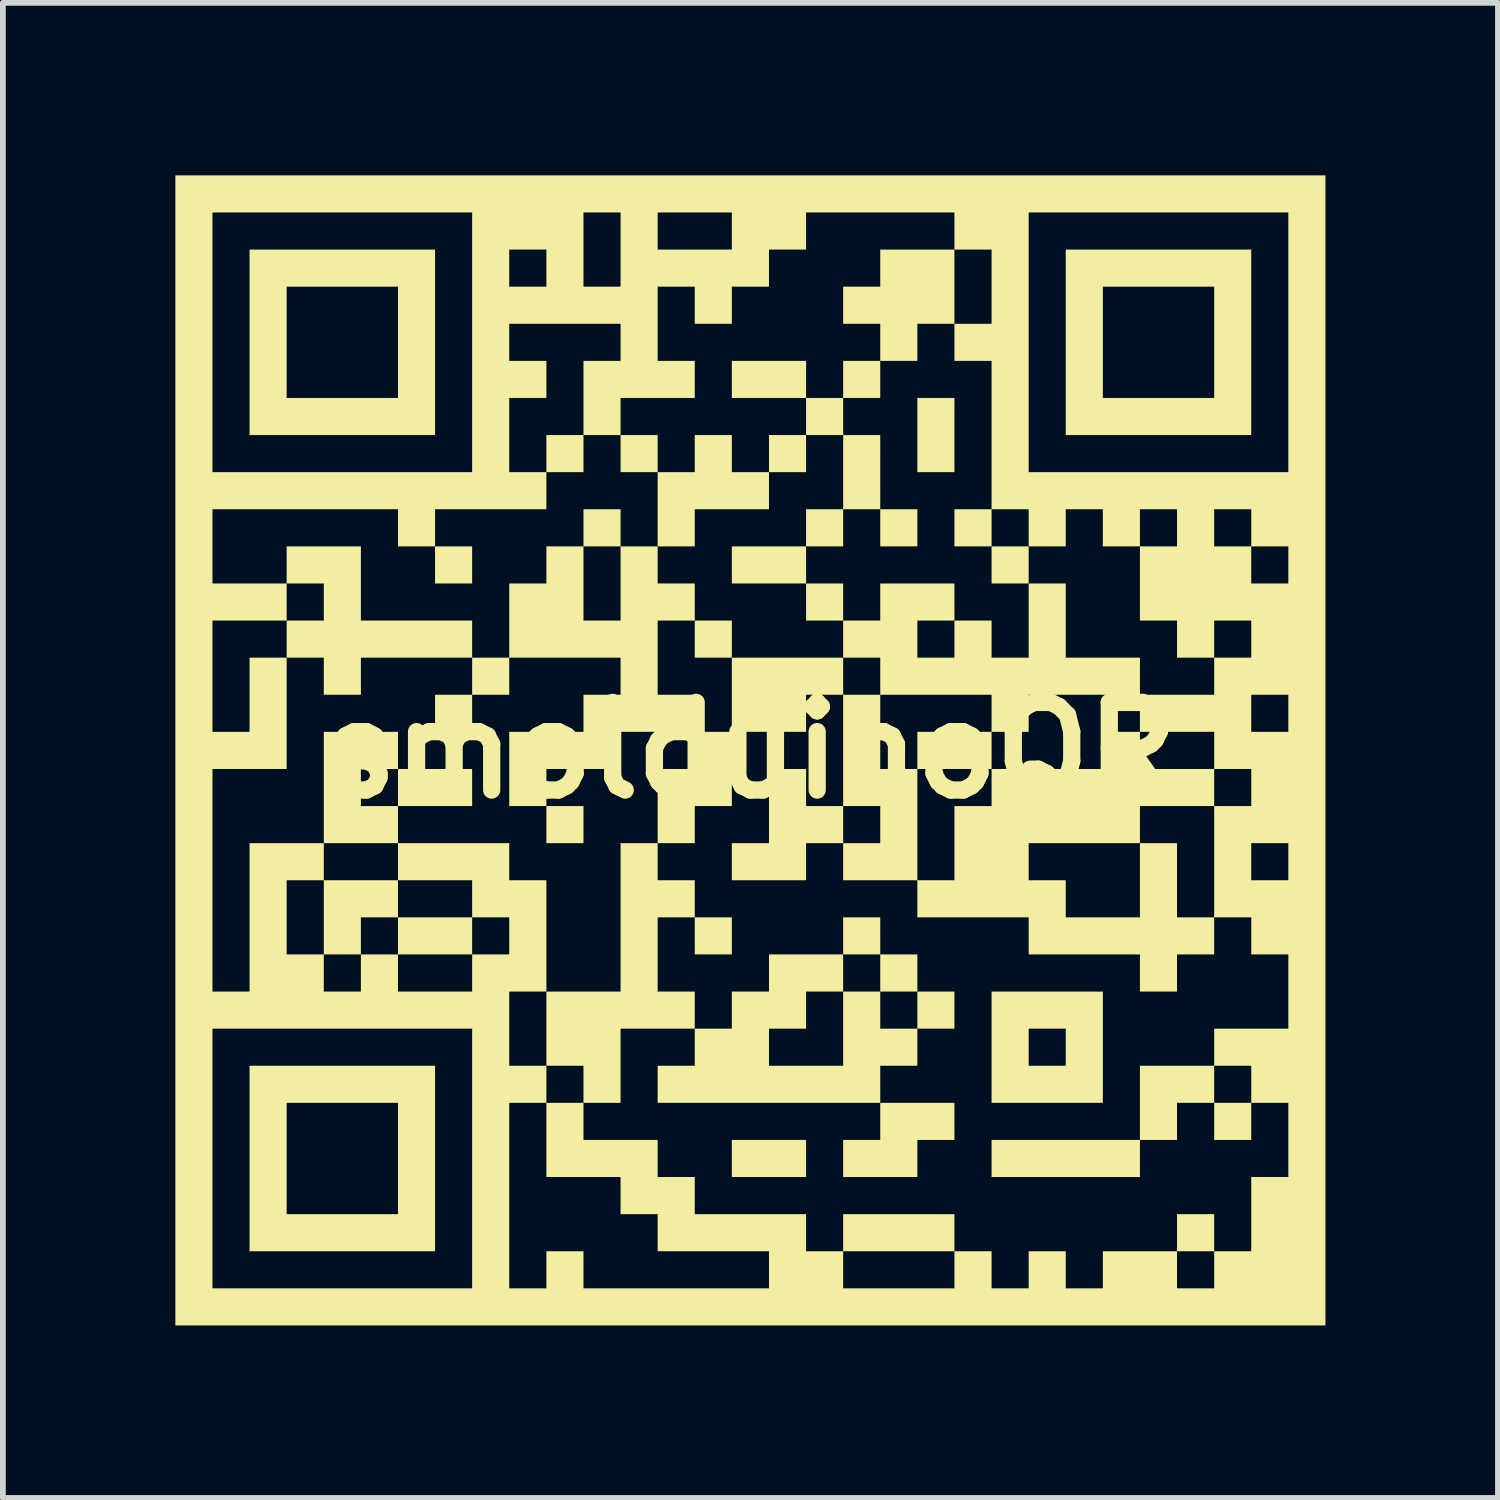
<source format=kicad_pcb>
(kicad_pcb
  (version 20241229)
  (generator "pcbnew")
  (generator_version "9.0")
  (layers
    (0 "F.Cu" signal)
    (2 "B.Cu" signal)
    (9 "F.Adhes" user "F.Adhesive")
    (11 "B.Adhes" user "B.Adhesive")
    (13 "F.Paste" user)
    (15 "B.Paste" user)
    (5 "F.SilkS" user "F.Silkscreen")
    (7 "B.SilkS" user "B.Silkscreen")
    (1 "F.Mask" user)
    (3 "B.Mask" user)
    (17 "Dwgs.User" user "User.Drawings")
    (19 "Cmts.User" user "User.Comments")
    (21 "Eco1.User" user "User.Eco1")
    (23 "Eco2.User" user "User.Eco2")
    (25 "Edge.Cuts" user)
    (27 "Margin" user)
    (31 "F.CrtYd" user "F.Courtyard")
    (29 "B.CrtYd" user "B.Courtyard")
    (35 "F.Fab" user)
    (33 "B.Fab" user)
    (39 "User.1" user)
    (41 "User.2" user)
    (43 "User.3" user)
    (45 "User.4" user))
  (footprint "smolduinoQR"
    (layer "F.Cu")
    (at 10 10)
    (property "Reference" "smolduinoQR" (at 0 0 0) (layer "F.SilkS") (effects (font (size 1.524 1.524) (thickness 0.3))))
    (attr board_only exclude_from_pos_files exclude_from_bom)
    (fp_poly (pts (xy -4.839 -2.903) (xy -5.484 -2.903) (xy -5.484 -3.548) (xy -4.839 -3.548)) (stroke (width 0) (type solid)) (fill yes) (layer "F.SilkS"))
    (fp_poly (pts (xy -4.839 -0.323) (xy -5.484 -0.323) (xy -5.484 -0.968) (xy -4.839 -0.968)) (stroke (width 0) (type solid)) (fill yes) (layer "F.SilkS"))
    (fp_poly (pts (xy -4.839 3.548) (xy -6.129 3.548) (xy -6.129 2.903) (xy -4.839 2.903)) (stroke (width 0) (type solid)) (fill yes) (layer "F.SilkS"))
    (fp_poly (pts (xy -4.194 -0.968) (xy -4.839 -0.968) (xy -4.839 -1.613) (xy -4.194 -1.613)) (stroke (width 0) (type solid)) (fill yes) (layer "F.SilkS"))
    (fp_poly (pts (xy -2.903 -4.839) (xy -3.548 -4.839) (xy -3.548 -5.484) (xy -2.903 -5.484)) (stroke (width 0) (type solid)) (fill yes) (layer "F.SilkS"))
    (fp_poly (pts (xy -2.903 1.613) (xy -3.548 1.613) (xy -3.548 0.968) (xy -2.903 0.968)) (stroke (width 0) (type solid)) (fill yes) (layer "F.SilkS"))
    (fp_poly (pts (xy -1.613 -4.839) (xy -2.258 -4.839) (xy -2.258 -5.484) (xy -1.613 -5.484)) (stroke (width 0) (type solid)) (fill yes) (layer "F.SilkS"))
    (fp_poly (pts (xy -0.323 -1.613) (xy -0.968 -1.613) (xy -0.968 -2.258) (xy -0.323 -2.258)) (stroke (width 0) (type solid)) (fill yes) (layer "F.SilkS"))
    (fp_poly (pts (xy -0.323 3.548) (xy -0.968 3.548) (xy -0.968 2.903) (xy -0.323 2.903)) (stroke (width 0) (type solid)) (fill yes) (layer "F.SilkS"))
    (fp_poly (pts (xy 0.968 -6.129) (xy -0.323 -6.129) (xy -0.323 -6.774) (xy 0.968 -6.774)) (stroke (width 0) (type solid)) (fill yes) (layer "F.SilkS"))
    (fp_poly (pts (xy 0.968 7.419) (xy -0.323 7.419) (xy -0.323 6.774) (xy 0.968 6.774)) (stroke (width 0) (type solid)) (fill yes) (layer "F.SilkS"))
    (fp_poly (pts (xy 2.258 -6.129) (xy 1.613 -6.129) (xy 1.613 -6.774) (xy 2.258 -6.774)) (stroke (width 0) (type solid)) (fill yes) (layer "F.SilkS"))
    (fp_poly (pts (xy 2.903 -3.548) (xy 2.258 -3.548) (xy 2.258 -4.194) (xy 2.903 -4.194)) (stroke (width 0) (type solid)) (fill yes) (layer "F.SilkS"))
    (fp_poly (pts (xy 3.548 -4.839) (xy 2.903 -4.839) (xy 2.903 -6.129) (xy 3.548 -6.129)) (stroke (width 0) (type solid)) (fill yes) (layer "F.SilkS"))
    (fp_poly (pts (xy 3.548 4.839) (xy 2.903 4.839) (xy 2.903 4.194) (xy 3.548 4.194)) (stroke (width 0) (type solid)) (fill yes) (layer "F.SilkS"))
    (fp_poly (pts (xy 3.548 8.71) (xy 1.613 8.71) (xy 1.613 8.065) (xy 3.548 8.065)) (stroke (width 0) (type solid)) (fill yes) (layer "F.SilkS"))
    (fp_poly (pts (xy 4.194 -3.548) (xy 3.548 -3.548) (xy 3.548 -4.194) (xy 4.194 -4.194)) (stroke (width 0) (type solid)) (fill yes) (layer "F.SilkS"))
    (fp_poly (pts (xy 4.839 -2.903) (xy 4.194 -2.903) (xy 4.194 -3.548) (xy 4.839 -3.548)) (stroke (width 0) (type solid)) (fill yes) (layer "F.SilkS"))
    (fp_poly (pts (xy 6.774 7.419) (xy 4.194 7.419) (xy 4.194 6.774) (xy 6.774 6.774)) (stroke (width 0) (type solid)) (fill yes) (layer "F.SilkS"))
    (fp_poly (pts (xy 8.065 8.71) (xy 7.419 8.71) (xy 7.419 8.065) (xy 8.065 8.065)) (stroke (width 0) (type solid)) (fill yes) (layer "F.SilkS"))
    (fp_poly (pts (xy 8.71 6.774) (xy 8.065 6.774) (xy 8.065 6.129) (xy 8.71 6.129)) (stroke (width 0) (type solid)) (fill yes) (layer "F.SilkS"))
    (fp_poly (pts (xy -6.129 2.903) (xy -6.774 2.903) (xy -6.774 3.548) (xy -7.419 3.548) (xy -7.419 2.258) (xy -6.129 2.258)) (stroke (width 0) (type solid)) (fill yes) (layer "F.SilkS"))
    (fp_poly (pts (xy 8.065 6.129) (xy 7.419 6.129) (xy 7.419 6.774) (xy 6.774 6.774) (xy 6.774 5.484) (xy 8.065 5.484)) (stroke (width 0) (type solid)) (fill yes) (layer "F.SilkS"))
    (fp_poly (pts (xy 3.548 6.774) (xy 2.903 6.774) (xy 2.903 7.419) (xy 1.613 7.419) (xy 1.613 6.774) (xy 2.258 6.774) (xy 2.258 6.129) (xy 3.548 6.129)) (stroke (width 0) (type solid)) (fill yes) (layer "F.SilkS"))
    (fp_poly (pts (xy 3.548 -7.419) (xy 2.903 -7.419) (xy 2.903 -6.774) (xy 2.258 -6.774) (xy 2.258 -7.419) (xy 1.613 -7.419) (xy 1.613 -8.065) (xy 2.258 -8.065) (xy 2.258 -8.71) (xy 3.548 -8.71)) (stroke (width 0) (type solid)) (fill yes) (layer "F.SilkS"))
    (fp_poly (pts (xy -5.484 -5.484) (xy -8.71 -5.484) (xy -8.71 -6.129) (xy -8.065 -6.129) (xy -6.129 -6.129) (xy -6.129 -8.065) (xy -8.065 -8.065) (xy -8.065 -6.129) (xy -8.71 -6.129) (xy -8.71 -8.71) (xy -5.484 -8.71)) (stroke (width 0) (type solid)) (fill yes) (layer "F.SilkS"))
    (fp_poly (pts (xy -5.484 8.71) (xy -8.71 8.71) (xy -8.71 8.065) (xy -8.065 8.065) (xy -6.129 8.065) (xy -6.129 6.129) (xy -8.065 6.129) (xy -8.065 8.065) (xy -8.71 8.065) (xy -8.71 5.484) (xy -5.484 5.484)) (stroke (width 0) (type solid)) (fill yes) (layer "F.SilkS"))
    (fp_poly (pts (xy 6.129 6.129) (xy 4.194 6.129) (xy 4.194 5.484) (xy 4.839 5.484) (xy 5.484 5.484) (xy 5.484 4.839) (xy 4.839 4.839) (xy 4.839 5.484) (xy 4.194 5.484) (xy 4.194 4.194) (xy 6.129 4.194)) (stroke (width 0) (type solid)) (fill yes) (layer "F.SilkS"))
    (fp_poly (pts (xy 8.71 -5.484) (xy 5.484 -5.484) (xy 5.484 -6.129) (xy 6.129 -6.129) (xy 8.065 -6.129) (xy 8.065 -8.065) (xy 6.129 -8.065) (xy 6.129 -6.129) (xy 5.484 -6.129) (xy 5.484 -8.71) (xy 8.71 -8.71)) (stroke (width 0) (type solid)) (fill yes) (layer "F.SilkS"))
    (fp_poly (pts (xy -6.774 -2.258) (xy -4.839 -2.258) (xy -4.839 -1.613) (xy -6.774 -1.613) (xy -6.774 -0.968) (xy -7.419 -0.968) (xy -7.419 -1.613) (xy -8.065 -1.613) (xy -8.065 -2.258) (xy -7.419 -2.258) (xy -7.419 -2.903) (xy -8.065 -2.903) (xy -8.065 -3.548) (xy -6.774 -3.548)) (stroke (width 0) (type solid)) (fill yes) (layer "F.SilkS"))
    (fp_poly (pts (xy -4.839 0.323) (xy -4.839 0.968) (xy -6.129 0.968) (xy -6.129 1.613) (xy -7.419 1.613) (xy -7.419 0.968) (xy -6.774 0.968) (xy -6.129 0.968) (xy -6.129 0.323) (xy -6.774 0.323) (xy -6.774 0.968) (xy -7.419 0.968) (xy -7.419 -0.323) (xy -6.129 -0.323) (xy -6.129 0.323)) (stroke (width 0) (type solid)) (fill yes) (layer "F.SilkS"))
    (fp_poly (pts (xy -1.613 2.258) (xy -0.968 2.258) (xy -0.968 2.903) (xy -1.613 2.903) (xy -1.613 4.194) (xy -0.968 4.194) (xy -0.968 4.839) (xy -2.258 4.839) (xy -2.258 6.129) (xy -2.903 6.129) (xy -2.903 5.484) (xy -3.548 5.484) (xy -3.548 4.194) (xy -2.258 4.194) (xy -2.258 1.613) (xy -1.613 1.613)) (stroke (width 0) (type solid)) (fill yes) (layer "F.SilkS"))
    (fp_poly (pts (xy 2.903 3.548) (xy 2.903 4.194) (xy 2.258 4.194) (xy 2.258 4.839) (xy 2.903 4.839) (xy 2.903 5.484) (xy 2.258 5.484) (xy 2.258 6.129) (xy -1.613 6.129) (xy -1.613 5.484) (xy -0.968 5.484) (xy 0.323 5.484) (xy 1.613 5.484) (xy 1.613 4.194) (xy 2.258 4.194) (xy 2.258 3.548) (xy 1.613 3.548) (xy 1.613 4.194) (xy 0.968 4.194) (xy 0.968 4.839) (xy 0.323 4.839) (xy 0.323 5.484) (xy -0.968 5.484) (xy -0.968 4.839) (xy -0.323 4.839) (xy -0.323 4.194) (xy 0.323 4.194) (xy 0.323 3.548) (xy 1.613 3.548) (xy 1.613 2.903) (xy 2.258 2.903) (xy 2.258 3.548)) (stroke (width 0) (type solid)) (fill yes) (layer "F.SilkS"))
    (fp_poly (pts (xy 4.194 -2.258) (xy 4.194 -1.613) (xy 4.839 -1.613) (xy 4.839 -2.903) (xy 5.484 -2.903) (xy 5.484 -1.613) (xy 6.774 -1.613) (xy 6.774 -0.968) (xy 4.839 -0.968) (xy 4.839 -0.323) (xy 4.194 -0.323) (xy 4.194 0.323) (xy 6.129 0.323) (xy 6.129 -0.323) (xy 6.774 -0.323) (xy 6.774 0.323) (xy 8.065 0.323) (xy 8.065 0.968) (xy 6.774 0.968) (xy 6.774 1.613) (xy 7.419 1.613) (xy 7.419 2.903) (xy 8.065 2.903) (xy 8.065 3.548) (xy 7.419 3.548) (xy 7.419 4.194) (xy 6.774 4.194) (xy 6.774 3.548) (xy 4.839 3.548) (xy 4.839 2.903) (xy 2.903 2.903) (xy 2.903 2.258) (xy 3.548 2.258) (xy 4.839 2.258) (xy 5.484 2.258) (xy 5.484 2.903) (xy 6.774 2.903) (xy 6.774 1.613) (xy 4.839 1.613) (xy 4.839 2.258) (xy 3.548 2.258) (xy 3.548 0.968) (xy 4.194 0.968) (xy 4.194 0.323) (xy 2.903 0.323) (xy 2.903 2.258) (xy 1.613 2.258) (xy 1.613 1.613) (xy 2.258 1.613) (xy 2.258 0.968) (xy 1.613 0.968) (xy 1.613 1.613) (xy 0.968 1.613) (xy 0.968 2.258) (xy -0.323 2.258) (xy -0.323 1.613) (xy 0.323 1.613) (xy 0.323 0.323) (xy 0.968 0.323) (xy 0.968 0.968) (xy 1.613 0.968) (xy 1.613 0.323) (xy 2.258 0.323) (xy 2.903 0.323) (xy 2.903 -0.323) (xy 4.194 -0.323) (xy 4.194 -0.968) (xy 2.258 -0.968) (xy 2.258 0.323) (xy 1.613 0.323) (xy 1.613 -0.968) (xy 2.258 -0.968) (xy 2.258 -1.613) (xy 2.903 -1.613) (xy 3.548 -1.613) (xy 3.548 -2.258) (xy 2.903 -2.258) (xy 2.903 -1.613) (xy 2.258 -1.613) (xy 1.613 -1.613) (xy 1.613 -0.968) (xy 0.968 -0.968) (xy 0.968 -0.323) (xy -0.323 -0.323) (xy -0.323 0.968) (xy -0.968 0.968) (xy -0.968 1.613) (xy -1.613 1.613) (xy -1.613 0.323) (xy -0.968 0.323) (xy -0.968 -0.323) (xy -2.258 -0.323) (xy -2.258 0.323) (xy -3.548 0.323) (xy -3.548 0.968) (xy -4.194 0.968) (xy -4.194 -0.323) (xy -2.903 -0.323) (xy -2.903 -0.968) (xy -2.258 -0.968) (xy -1.613 -0.968) (xy -0.968 -0.968) (xy -0.968 -0.323) (xy -0.323 -0.323) (xy -0.323 -1.613) (xy 1.613 -1.613) (xy 1.613 -2.258) (xy 0.968 -2.258) (xy 0.968 -2.903) (xy -0.323 -2.903) (xy -0.323 -3.548) (xy 0.968 -3.548) (xy 0.968 -4.194) (xy 1.613 -4.194) (xy 1.613 -5.484) (xy 0.968 -5.484) (xy 0.968 -4.839) (xy 0.323 -4.839) (xy 0.323 -4.194) (xy -0.968 -4.194) (xy -0.968 -3.548) (xy -1.613 -3.548) (xy -1.613 -2.903) (xy -0.968 -2.903) (xy -0.968 -2.258) (xy -1.613 -2.258) (xy -1.613 -0.968) (xy -2.258 -0.968) (xy -2.258 -1.613) (xy -4.194 -1.613) (xy -4.194 -2.258) (xy -2.903 -2.258) (xy -2.258 -2.258) (xy -2.258 -3.548) (xy -2.903 -3.548) (xy -2.903 -2.258) (xy -4.194 -2.258) (xy -4.194 -2.903) (xy -3.548 -2.903) (xy -3.548 -3.548) (xy -2.903 -3.548) (xy -2.903 -4.194) (xy -2.258 -4.194) (xy -2.258 -3.548) (xy -1.613 -3.548) (xy -1.613 -4.839) (xy -0.968 -4.839) (xy -0.968 -5.484) (xy -0.323 -5.484) (xy -0.323 -4.839) (xy 0.323 -4.839) (xy 0.323 -5.484) (xy 0.968 -5.484) (xy 0.968 -6.129) (xy 1.613 -6.129) (xy 1.613 -5.484) (xy 2.258 -5.484) (xy 2.258 -4.194) (xy 1.613 -4.194) (xy 1.613 -3.548) (xy 0.968 -3.548) (xy 0.968 -2.903) (xy 1.613 -2.903) (xy 1.613 -2.258) (xy 2.258 -2.258) (xy 2.258 -2.903) (xy 3.548 -2.903) (xy 3.548 -2.258)) (stroke (width 0) (type solid)) (fill yes) (layer "F.SilkS"))
    (fp_poly (pts (xy 10 10) (xy -10 10) (xy -10 9.355) (xy -9.355 9.355) (xy -4.839 9.355) (xy -4.194 9.355) (xy -3.548 9.355) (xy -3.548 8.71) (xy -2.903 8.71) (xy -2.903 9.355) (xy 0.323 9.355) (xy 0.323 8.71) (xy -1.613 8.71) (xy -1.613 8.065) (xy -2.258 8.065) (xy -2.258 7.419) (xy -3.548 7.419) (xy -3.548 6.129) (xy -4.194 6.129) (xy -4.194 9.355) (xy -4.839 9.355) (xy -4.839 4.839) (xy -9.355 4.839) (xy -9.355 9.355) (xy -10 9.355) (xy -10 4.194) (xy -9.355 4.194) (xy -8.71 4.194) (xy -8.71 1.613) (xy -7.419 1.613) (xy -7.419 2.258) (xy -8.065 2.258) (xy -8.065 3.548) (xy -7.419 3.548) (xy -7.419 4.194) (xy -6.774 4.194) (xy -6.774 3.548) (xy -6.129 3.548) (xy -6.129 4.194) (xy -4.839 4.194) (xy -4.839 3.548) (xy -4.194 3.548) (xy -4.194 2.903) (xy -4.839 2.903) (xy -4.839 2.258) (xy -6.129 2.258) (xy -6.129 1.613) (xy -4.194 1.613) (xy -4.194 2.258) (xy -3.548 2.258) (xy -3.548 4.194) (xy -4.194 4.194) (xy -4.194 5.484) (xy -3.548 5.484) (xy -3.548 6.129) (xy -2.903 6.129) (xy -2.903 6.774) (xy -1.613 6.774) (xy -1.613 7.419) (xy -0.968 7.419) (xy -0.968 8.065) (xy 0.968 8.065) (xy 0.968 8.71) (xy 1.613 8.71) (xy 1.613 9.355) (xy 3.548 9.355) (xy 3.548 8.71) (xy 4.194 8.71) (xy 4.194 9.355) (xy 4.839 9.355) (xy 4.839 8.71) (xy 5.484 8.71) (xy 5.484 9.355) (xy 6.129 9.355) (xy 6.129 8.71) (xy 7.419 8.71) (xy 7.419 9.355) (xy 8.065 9.355) (xy 8.065 8.71) (xy 8.71 8.71) (xy 8.71 7.419) (xy 9.355 7.419) (xy 9.355 6.129) (xy 8.71 6.129) (xy 8.71 5.484) (xy 8.065 5.484) (xy 8.065 4.839) (xy 9.355 4.839) (xy 9.355 3.548) (xy 8.71 3.548) (xy 8.71 2.903) (xy 8.065 2.903) (xy 8.065 2.258) (xy 8.71 2.258) (xy 9.355 2.258) (xy 9.355 1.613) (xy 8.71 1.613) (xy 8.71 2.258) (xy 8.065 2.258) (xy 8.065 0.968) (xy 8.71 0.968) (xy 8.71 0.323) (xy 8.065 0.323) (xy 8.065 -0.323) (xy 8.71 -0.323) (xy 9.355 -0.323) (xy 9.355 -0.968) (xy 8.71 -0.968) (xy 8.71 -0.323) (xy 8.065 -0.323) (xy 6.774 -0.323) (xy 6.774 -0.968) (xy 8.065 -0.968) (xy 8.065 -1.613) (xy 8.71 -1.613) (xy 8.71 -2.258) (xy 8.065 -2.258) (xy 8.065 -1.613) (xy 7.419 -1.613) (xy 7.419 -2.258) (xy 6.774 -2.258) (xy 6.774 -2.903) (xy 8.71 -2.903) (xy 9.355 -2.903) (xy 9.355 -3.548) (xy 8.71 -3.548) (xy 8.71 -2.903) (xy 6.774 -2.903) (xy 6.774 -3.548) (xy 7.419 -3.548) (xy 8.065 -3.548) (xy 8.71 -3.548) (xy 8.71 -4.194) (xy 8.065 -4.194) (xy 8.065 -3.548) (xy 7.419 -3.548) (xy 7.419 -4.194) (xy 6.774 -4.194) (xy 6.774 -3.548) (xy 6.129 -3.548) (xy 6.129 -4.194) (xy 5.484 -4.194) (xy 5.484 -3.548) (xy 4.839 -3.548) (xy 4.839 -4.194) (xy 4.194 -4.194) (xy 4.194 -4.839) (xy 4.839 -4.839) (xy 9.355 -4.839) (xy 9.355 -9.355) (xy 4.839 -9.355) (xy 4.839 -4.839) (xy 4.194 -4.839) (xy 4.194 -6.774) (xy 3.548 -6.774) (xy 3.548 -7.419) (xy 4.194 -7.419) (xy 4.194 -8.71) (xy 3.548 -8.71) (xy 3.548 -9.355) (xy 0.968 -9.355) (xy 0.968 -8.71) (xy 0.323 -8.71) (xy 0.323 -8.065) (xy -0.323 -8.065) (xy -0.323 -7.419) (xy -0.968 -7.419) (xy -0.968 -8.065) (xy -1.613 -8.065) (xy -1.613 -6.774) (xy -0.968 -6.774) (xy -0.968 -6.129) (xy -2.258 -6.129) (xy -2.258 -5.484) (xy -2.903 -5.484) (xy -2.903 -6.774) (xy -2.258 -6.774) (xy -2.258 -7.419) (xy -4.194 -7.419) (xy -4.194 -6.774) (xy -3.548 -6.774) (xy -3.548 -6.129) (xy -4.194 -6.129) (xy -4.194 -4.839) (xy -3.548 -4.839) (xy -3.548 -4.194) (xy -5.484 -4.194) (xy -5.484 -3.548) (xy -6.129 -3.548) (xy -6.129 -4.194) (xy -9.355 -4.194) (xy -9.355 -2.903) (xy -8.065 -2.903) (xy -8.065 -2.258) (xy -9.355 -2.258) (xy -9.355 -0.323) (xy -8.71 -0.323) (xy -8.71 -1.613) (xy -8.065 -1.613) (xy -8.065 0.323) (xy -9.355 0.323) (xy -9.355 4.194) (xy -10 4.194) (xy -10 -4.839) (xy -9.355 -4.839) (xy -4.839 -4.839) (xy -4.839 -8.065) (xy -4.194 -8.065) (xy -3.548 -8.065) (xy -2.903 -8.065) (xy -2.258 -8.065) (xy -2.258 -8.71) (xy -1.613 -8.71) (xy -0.323 -8.71) (xy -0.323 -9.355) (xy -1.613 -9.355) (xy -1.613 -8.71) (xy -2.258 -8.71) (xy -2.258 -9.355) (xy -2.903 -9.355) (xy -2.903 -8.065) (xy -3.548 -8.065) (xy -3.548 -8.71) (xy -4.194 -8.71) (xy -4.194 -8.065) (xy -4.839 -8.065) (xy -4.839 -9.355) (xy -9.355 -9.355) (xy -9.355 -4.839) (xy -10 -4.839) (xy -10 -10) (xy 10 -10)) (stroke (width 0) (type solid)) (fill yes) (layer "F.SilkS")))
  (gr_rect
    (start -3 -3)
    (end 23 23)
    (stroke (width 0.1) (type default))
    (fill no)
    (layer "Edge.Cuts")))
</source>
